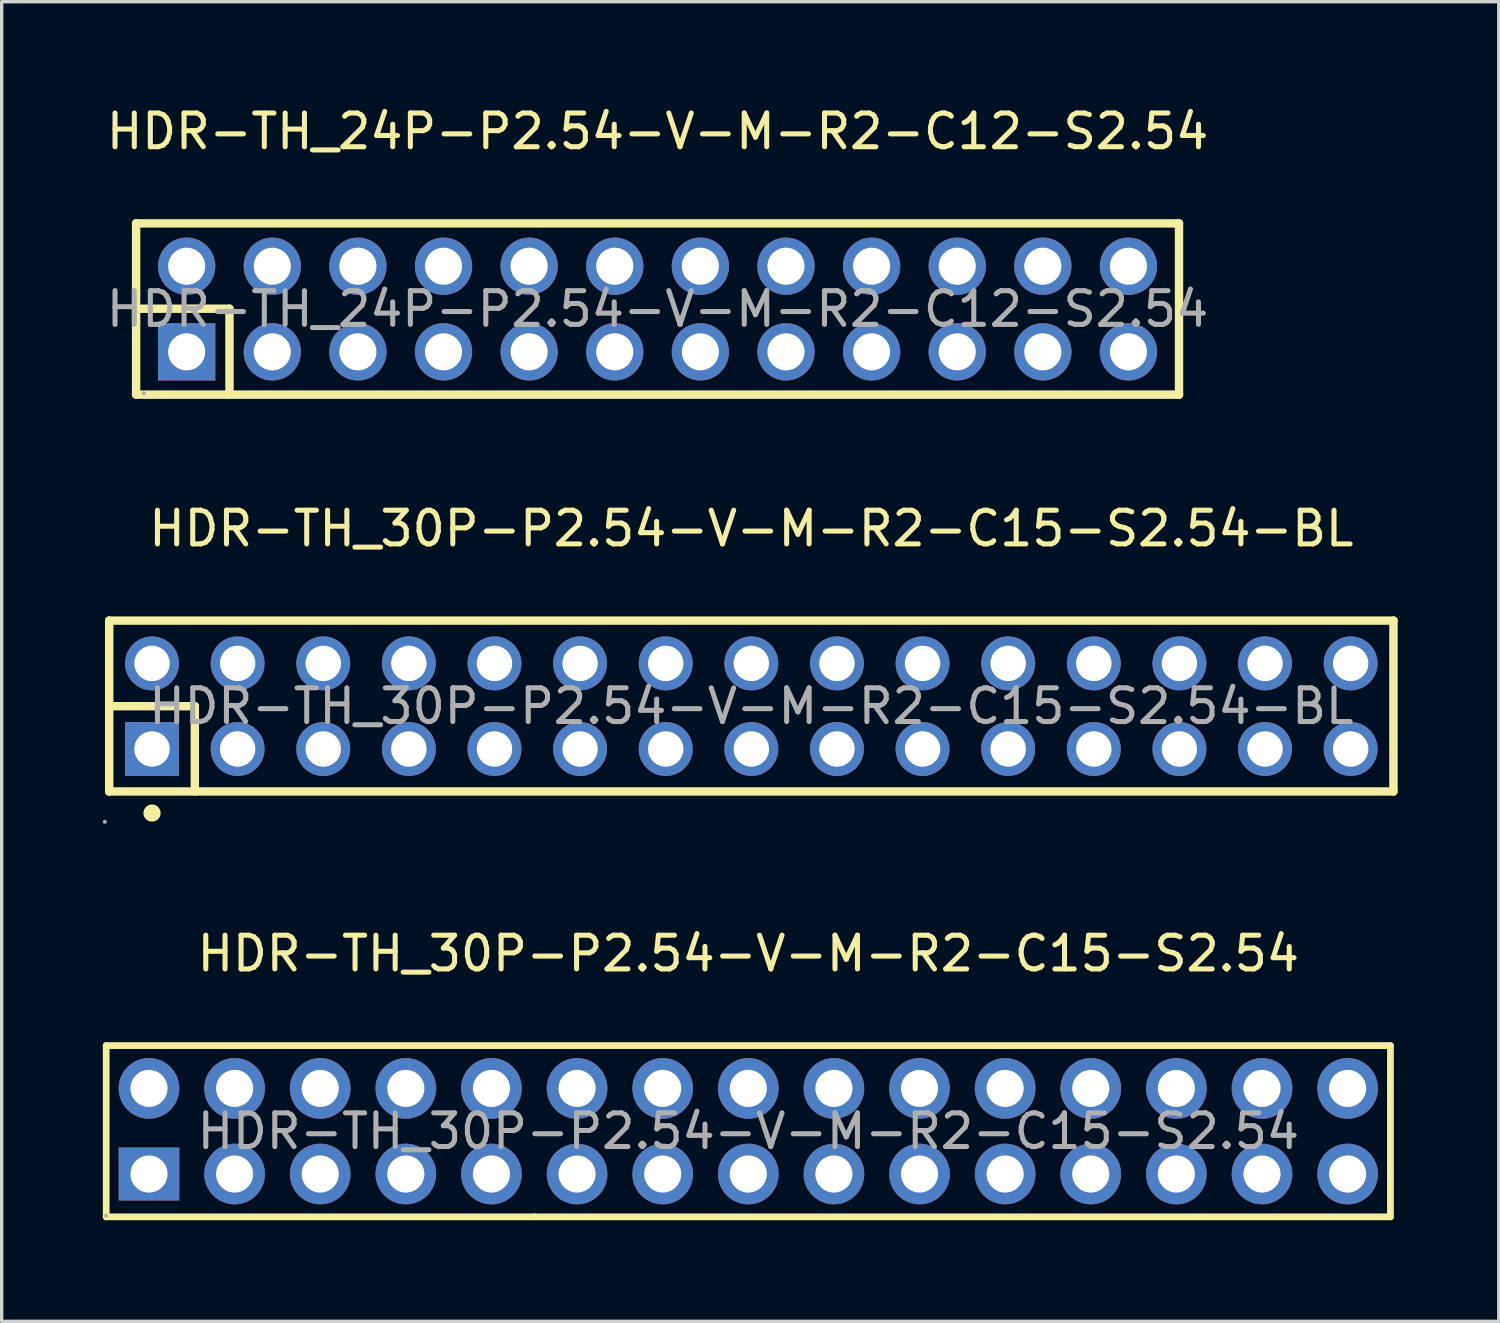
<source format=kicad_pcb>
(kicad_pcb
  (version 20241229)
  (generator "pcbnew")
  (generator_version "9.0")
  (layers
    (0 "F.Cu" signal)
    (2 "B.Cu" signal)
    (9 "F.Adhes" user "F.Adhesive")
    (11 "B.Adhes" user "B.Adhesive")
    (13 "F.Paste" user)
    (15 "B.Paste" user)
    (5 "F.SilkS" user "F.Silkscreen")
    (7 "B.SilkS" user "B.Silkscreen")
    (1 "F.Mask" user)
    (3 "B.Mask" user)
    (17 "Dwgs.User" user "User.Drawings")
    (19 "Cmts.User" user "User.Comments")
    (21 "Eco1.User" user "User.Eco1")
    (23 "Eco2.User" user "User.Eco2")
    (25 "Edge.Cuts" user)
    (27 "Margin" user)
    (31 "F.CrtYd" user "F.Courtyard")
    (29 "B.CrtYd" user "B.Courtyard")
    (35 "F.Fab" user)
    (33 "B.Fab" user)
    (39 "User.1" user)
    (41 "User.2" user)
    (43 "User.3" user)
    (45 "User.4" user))
  (footprint "HDR-TH_30P-P2.54-V-M-R2-C15-S2.54"
    (layer "F.Cu")
    (at 19.15 30.51)
    (property "Reference" "HDR-TH_30P-P2.54-V-M-R2-C15-S2.54" (at 0 -5.27 0) (layer "F.SilkS") (effects (font (size 1 1) (thickness 0.15))))
    (attr through_hole)
    (fp_line (start -19.05 -2.54) (end -19.05 2.54) (stroke (width 0.2) (type solid)) (layer "F.SilkS"))
    (fp_line (start -19.05 2.54) (end -6.35 2.54) (stroke (width 0.2) (type solid)) (layer "F.SilkS"))
    (fp_line (start -6.35 2.54) (end 19.05 2.54) (stroke (width 0.2) (type solid)) (layer "F.SilkS"))
    (fp_line (start 19.05 -2.54) (end -19.05 -2.54) (stroke (width 0.2) (type solid)) (layer "F.SilkS"))
    (fp_line (start 19.05 2.54) (end 19.05 -2.54) (stroke (width 0.2) (type solid)) (layer "F.SilkS"))
    (fp_circle (center -19.05 2.5) (end -19.02 2.5) (stroke (width 0.06) (type solid)) (fill no) (layer "F.Fab"))
    (fp_text user "${REFERENCE}" (at 0 0 0) (layer "F.Fab") (effects (font (size 1 1) (thickness 0.15))))
    (pad "1" thru_hole rect (at -17.78 1.27) (size 1.8 1.57) (drill 1.1) (layers "*.Cu" "*.Mask"))
    (pad "2" thru_hole circle (at -17.78 -1.27) (size 1.8 1.8) (drill 1.1) (layers "*.Cu" "*.Mask"))
    (pad "3" thru_hole circle (at -15.24 1.27) (size 1.8 1.8) (drill 1.1) (layers "*.Cu" "*.Mask"))
    (pad "4" thru_hole circle (at -15.24 -1.27) (size 1.8 1.8) (drill 1.1) (layers "*.Cu" "*.Mask"))
    (pad "5" thru_hole circle (at -12.7 1.27) (size 1.8 1.8) (drill 1.1) (layers "*.Cu" "*.Mask"))
    (pad "6" thru_hole circle (at -12.7 -1.27) (size 1.8 1.8) (drill 1.1) (layers "*.Cu" "*.Mask"))
    (pad "7" thru_hole circle (at -10.16 1.27) (size 1.8 1.8) (drill 1.1) (layers "*.Cu" "*.Mask"))
    (pad "8" thru_hole circle (at -10.16 -1.27) (size 1.8 1.8) (drill 1.1) (layers "*.Cu" "*.Mask"))
    (pad "9" thru_hole circle (at -7.62 1.27) (size 1.8 1.8) (drill 1.1) (layers "*.Cu" "*.Mask"))
    (pad "10" thru_hole circle (at -7.62 -1.27) (size 1.8 1.8) (drill 1.1) (layers "*.Cu" "*.Mask"))
    (pad "11" thru_hole circle (at -5.08 1.27) (size 1.8 1.8) (drill 1.1) (layers "*.Cu" "*.Mask"))
    (pad "12" thru_hole circle (at -5.08 -1.27) (size 1.8 1.8) (drill 1.1) (layers "*.Cu" "*.Mask"))
    (pad "13" thru_hole circle (at -2.54 1.27) (size 1.8 1.8) (drill 1.1) (layers "*.Cu" "*.Mask"))
    (pad "14" thru_hole circle (at -2.54 -1.27) (size 1.8 1.8) (drill 1.1) (layers "*.Cu" "*.Mask"))
    (pad "15" thru_hole circle (at 0 1.27) (size 1.8 1.8) (drill 1.1) (layers "*.Cu" "*.Mask"))
    (pad "16" thru_hole circle (at 0 -1.27) (size 1.8 1.8) (drill 1.1) (layers "*.Cu" "*.Mask"))
    (pad "17" thru_hole circle (at 2.54 1.27) (size 1.8 1.8) (drill 1.1) (layers "*.Cu" "*.Mask"))
    (pad "18" thru_hole circle (at 2.54 -1.27) (size 1.8 1.8) (drill 1.1) (layers "*.Cu" "*.Mask"))
    (pad "19" thru_hole circle (at 5.08 1.27) (size 1.8 1.8) (drill 1.1) (layers "*.Cu" "*.Mask"))
    (pad "20" thru_hole circle (at 5.08 -1.27) (size 1.8 1.8) (drill 1.1) (layers "*.Cu" "*.Mask"))
    (pad "21" thru_hole circle (at 7.62 1.27) (size 1.8 1.8) (drill 1.1) (layers "*.Cu" "*.Mask"))
    (pad "22" thru_hole circle (at 7.62 -1.27) (size 1.8 1.8) (drill 1.1) (layers "*.Cu" "*.Mask"))
    (pad "23" thru_hole circle (at 10.16 1.27) (size 1.8 1.8) (drill 1.1) (layers "*.Cu" "*.Mask"))
    (pad "24" thru_hole circle (at 10.16 -1.27) (size 1.8 1.8) (drill 1.1) (layers "*.Cu" "*.Mask"))
    (pad "25" thru_hole circle (at 12.7 1.27) (size 1.8 1.8) (drill 1.1) (layers "*.Cu" "*.Mask"))
    (pad "26" thru_hole circle (at 12.7 -1.27) (size 1.8 1.8) (drill 1.1) (layers "*.Cu" "*.Mask"))
    (pad "27" thru_hole circle (at 15.24 1.27) (size 1.8 1.8) (drill 1.1) (layers "*.Cu" "*.Mask"))
    (pad "28" thru_hole circle (at 15.24 -1.27) (size 1.8 1.8) (drill 1.1) (layers "*.Cu" "*.Mask"))
    (pad "29" thru_hole circle (at 17.78 1.27) (size 1.8 1.8) (drill 1.1) (layers "*.Cu" "*.Mask"))
    (pad "30" thru_hole circle (at 17.78 -1.27) (size 1.8 1.8) (drill 1.1) (layers "*.Cu" "*.Mask")))
  (footprint "HDR-TH_24P-P2.54-V-M-R2-C12-S2.54"
    (layer "F.Cu")
    (at 16.458 6.118)
    (property "Reference" "HDR-TH_24P-P2.54-V-M-R2-C12-S2.54" (at 0 -5.27 0) (layer "F.SilkS") (effects (font (size 1 1) (thickness 0.15))))
    (attr through_hole)
    (fp_line (start -15.47 -2.54) (end -15.47 2.54) (stroke (width 0.25) (type solid)) (layer "F.SilkS"))
    (fp_line (start -15.47 -2.54) (end 15.47 -2.54) (stroke (width 0.25) (type solid)) (layer "F.SilkS"))
    (fp_line (start -15.47 -0.01) (end -12.7 -0.01) (stroke (width 0.25) (type solid)) (layer "F.SilkS"))
    (fp_line (start -15.47 2.54) (end 15.47 2.54) (stroke (width 0.25) (type solid)) (layer "F.SilkS"))
    (fp_line (start -12.7 -0.01) (end -12.7 2.54) (stroke (width 0.25) (type solid)) (layer "F.SilkS"))
    (fp_line (start 15.47 -2.54) (end 15.47 2.54) (stroke (width 0.25) (type solid)) (layer "F.SilkS"))
    (fp_circle (center -15.24 2.5) (end -15.21 2.5) (stroke (width 0.06) (type solid)) (fill no) (layer "F.Fab"))
    (fp_text user "${REFERENCE}" (at 0 0 0) (layer "F.Fab") (effects (font (size 1 1) (thickness 0.15))))
    (pad "1" thru_hole rect (at -13.97 1.27) (size 1.7 1.7) (drill 1.1) (layers "*.Cu" "*.Mask"))
    (pad "2" thru_hole circle (at -13.97 -1.27) (size 1.7 1.7) (drill 1.1) (layers "*.Cu" "*.Mask"))
    (pad "3" thru_hole circle (at -11.43 1.27) (size 1.7 1.7) (drill 1.1) (layers "*.Cu" "*.Mask"))
    (pad "4" thru_hole circle (at -11.43 -1.27) (size 1.7 1.7) (drill 1.1) (layers "*.Cu" "*.Mask"))
    (pad "5" thru_hole circle (at -8.89 1.27) (size 1.7 1.7) (drill 1.1) (layers "*.Cu" "*.Mask"))
    (pad "6" thru_hole circle (at -8.89 -1.27) (size 1.7 1.7) (drill 1.1) (layers "*.Cu" "*.Mask"))
    (pad "7" thru_hole circle (at -6.35 1.27) (size 1.7 1.7) (drill 1.1) (layers "*.Cu" "*.Mask"))
    (pad "8" thru_hole circle (at -6.35 -1.27) (size 1.7 1.7) (drill 1.1) (layers "*.Cu" "*.Mask"))
    (pad "9" thru_hole circle (at -3.81 1.27) (size 1.7 1.7) (drill 1.1) (layers "*.Cu" "*.Mask"))
    (pad "10" thru_hole circle (at -3.81 -1.27) (size 1.7 1.7) (drill 1.1) (layers "*.Cu" "*.Mask"))
    (pad "11" thru_hole circle (at -1.27 1.27) (size 1.7 1.7) (drill 1.1) (layers "*.Cu" "*.Mask"))
    (pad "12" thru_hole circle (at -1.27 -1.27) (size 1.7 1.7) (drill 1.1) (layers "*.Cu" "*.Mask"))
    (pad "13" thru_hole circle (at 1.27 1.27) (size 1.7 1.7) (drill 1.1) (layers "*.Cu" "*.Mask"))
    (pad "14" thru_hole circle (at 1.27 -1.27) (size 1.7 1.7) (drill 1.1) (layers "*.Cu" "*.Mask"))
    (pad "15" thru_hole circle (at 3.81 1.27) (size 1.7 1.7) (drill 1.1) (layers "*.Cu" "*.Mask"))
    (pad "16" thru_hole circle (at 3.81 -1.27) (size 1.7 1.7) (drill 1.1) (layers "*.Cu" "*.Mask"))
    (pad "17" thru_hole circle (at 6.35 1.27) (size 1.7 1.7) (drill 1.1) (layers "*.Cu" "*.Mask"))
    (pad "18" thru_hole circle (at 6.35 -1.27) (size 1.7 1.7) (drill 1.1) (layers "*.Cu" "*.Mask"))
    (pad "19" thru_hole circle (at 8.89 1.27) (size 1.7 1.7) (drill 1.1) (layers "*.Cu" "*.Mask"))
    (pad "20" thru_hole circle (at 8.89 -1.27) (size 1.7 1.7) (drill 1.1) (layers "*.Cu" "*.Mask"))
    (pad "21" thru_hole circle (at 11.43 1.27) (size 1.7 1.7) (drill 1.1) (layers "*.Cu" "*.Mask"))
    (pad "22" thru_hole circle (at 11.43 -1.27) (size 1.7 1.7) (drill 1.1) (layers "*.Cu" "*.Mask"))
    (pad "23" thru_hole circle (at 13.97 1.27) (size 1.7 1.7) (drill 1.1) (layers "*.Cu" "*.Mask"))
    (pad "24" thru_hole circle (at 13.97 -1.27) (size 1.7 1.7) (drill 1.1) (layers "*.Cu" "*.Mask")))
  (footprint "HDR-TH_30P-P2.54-V-M-R2-C15-S2.54-BL"
    (layer "F.Cu")
    (at 19.24 17.901)
    (property "Reference" "HDR-TH_30P-P2.54-V-M-R2-C15-S2.54-BL" (at 0 -5.27 0) (layer "F.SilkS") (effects (font (size 1 1) (thickness 0.15))))
    (attr through_hole)
    (fp_line (start -19.05 -2.54) (end 19.05 -2.54) (stroke (width 0.25) (type solid)) (layer "F.SilkS"))
    (fp_line (start -19.05 0) (end -16.51 0) (stroke (width 0.25) (type solid)) (layer "F.SilkS"))
    (fp_line (start -19.05 2.53) (end -19.05 -2.54) (stroke (width 0.25) (type solid)) (layer "F.SilkS"))
    (fp_line (start -16.51 0) (end -16.51 2.53) (stroke (width 0.25) (type solid)) (layer "F.SilkS"))
    (fp_line (start 19.05 -2.54) (end 19.05 2.53) (stroke (width 0.25) (type solid)) (layer "F.SilkS"))
    (fp_line (start 19.05 2.53) (end -19.05 2.53) (stroke (width 0.25) (type solid)) (layer "F.SilkS"))
    (fp_circle (center -17.78 3.17) (end -17.65 3.17) (stroke (width 0.25) (type solid)) (fill no) (layer "F.SilkS"))
    (fp_circle (center -19.18 3.43) (end -19.15 3.43) (stroke (width 0.06) (type solid)) (fill no) (layer "F.Fab"))
    (fp_circle (center -17.78 -1.27) (end -17.57 -1.27) (stroke (width 0.42) (type solid)) (fill no) (layer "F.Fab"))
    (fp_circle (center -17.78 1.27) (end -17.57 1.27) (stroke (width 0.42) (type solid)) (fill no) (layer "F.Fab"))
    (fp_circle (center -15.24 -1.27) (end -15.03 -1.27) (stroke (width 0.42) (type solid)) (fill no) (layer "F.Fab"))
    (fp_circle (center -15.24 1.27) (end -15.03 1.27) (stroke (width 0.42) (type solid)) (fill no) (layer "F.Fab"))
    (fp_circle (center -12.7 -1.27) (end -12.49 -1.27) (stroke (width 0.42) (type solid)) (fill no) (layer "F.Fab"))
    (fp_circle (center -12.7 1.27) (end -12.49 1.27) (stroke (width 0.42) (type solid)) (fill no) (layer "F.Fab"))
    (fp_circle (center -10.16 -1.27) (end -9.95 -1.27) (stroke (width 0.42) (type solid)) (fill no) (layer "F.Fab"))
    (fp_circle (center -10.16 1.27) (end -9.95 1.27) (stroke (width 0.42) (type solid)) (fill no) (layer "F.Fab"))
    (fp_circle (center -7.62 -1.27) (end -7.41 -1.27) (stroke (width 0.42) (type solid)) (fill no) (layer "F.Fab"))
    (fp_circle (center -7.62 1.27) (end -7.41 1.27) (stroke (width 0.42) (type solid)) (fill no) (layer "F.Fab"))
    (fp_circle (center -5.08 -1.27) (end -4.87 -1.27) (stroke (width 0.42) (type solid)) (fill no) (layer "F.Fab"))
    (fp_circle (center -5.08 1.27) (end -4.87 1.27) (stroke (width 0.42) (type solid)) (fill no) (layer "F.Fab"))
    (fp_circle (center -2.54 -1.27) (end -2.33 -1.27) (stroke (width 0.42) (type solid)) (fill no) (layer "F.Fab"))
    (fp_circle (center -2.54 1.27) (end -2.33 1.27) (stroke (width 0.42) (type solid)) (fill no) (layer "F.Fab"))
    (fp_circle (center 0 -1.27) (end 0.21 -1.27) (stroke (width 0.42) (type solid)) (fill no) (layer "F.Fab"))
    (fp_circle (center 0 1.27) (end 0.21 1.27) (stroke (width 0.42) (type solid)) (fill no) (layer "F.Fab"))
    (fp_circle (center 2.54 -1.27) (end 2.75 -1.27) (stroke (width 0.42) (type solid)) (fill no) (layer "F.Fab"))
    (fp_circle (center 2.54 1.27) (end 2.75 1.27) (stroke (width 0.42) (type solid)) (fill no) (layer "F.Fab"))
    (fp_circle (center 5.08 -1.27) (end 5.29 -1.27) (stroke (width 0.42) (type solid)) (fill no) (layer "F.Fab"))
    (fp_circle (center 5.08 1.27) (end 5.29 1.27) (stroke (width 0.42) (type solid)) (fill no) (layer "F.Fab"))
    (fp_circle (center 7.62 -1.27) (end 7.83 -1.27) (stroke (width 0.42) (type solid)) (fill no) (layer "F.Fab"))
    (fp_circle (center 7.62 1.27) (end 7.83 1.27) (stroke (width 0.42) (type solid)) (fill no) (layer "F.Fab"))
    (fp_circle (center 10.16 -1.27) (end 10.37 -1.27) (stroke (width 0.42) (type solid)) (fill no) (layer "F.Fab"))
    (fp_circle (center 10.16 1.27) (end 10.37 1.27) (stroke (width 0.42) (type solid)) (fill no) (layer "F.Fab"))
    (fp_circle (center 12.7 -1.27) (end 12.91 -1.27) (stroke (width 0.42) (type solid)) (fill no) (layer "F.Fab"))
    (fp_circle (center 12.7 1.27) (end 12.91 1.27) (stroke (width 0.42) (type solid)) (fill no) (layer "F.Fab"))
    (fp_circle (center 15.24 -1.27) (end 15.45 -1.27) (stroke (width 0.42) (type solid)) (fill no) (layer "F.Fab"))
    (fp_circle (center 15.24 1.27) (end 15.45 1.27) (stroke (width 0.42) (type solid)) (fill no) (layer "F.Fab"))
    (fp_circle (center 17.78 -1.27) (end 17.99 -1.27) (stroke (width 0.42) (type solid)) (fill no) (layer "F.Fab"))
    (fp_circle (center 17.78 1.27) (end 17.99 1.27) (stroke (width 0.42) (type solid)) (fill no) (layer "F.Fab"))
    (fp_text user "${REFERENCE}" (at 0 0 0) (layer "F.Fab") (effects (font (size 1 1) (thickness 0.15))))
    (pad "1" thru_hole rect (at -17.78 1.27) (size 1.6 1.6) (drill 1.05) (layers "*.Cu" "*.Mask"))
    (pad "2" thru_hole circle (at -17.78 -1.27) (size 1.6 1.6) (drill 1.05) (layers "*.Cu" "*.Mask"))
    (pad "3" thru_hole circle (at -15.24 1.27) (size 1.6 1.6) (drill 1.05) (layers "*.Cu" "*.Mask"))
    (pad "4" thru_hole circle (at -15.24 -1.27) (size 1.6 1.6) (drill 1.05) (layers "*.Cu" "*.Mask"))
    (pad "5" thru_hole circle (at -12.7 1.27) (size 1.6 1.6) (drill 1.05) (layers "*.Cu" "*.Mask"))
    (pad "6" thru_hole circle (at -12.7 -1.27) (size 1.6 1.6) (drill 1.05) (layers "*.Cu" "*.Mask"))
    (pad "7" thru_hole circle (at -10.16 1.27) (size 1.6 1.6) (drill 1.05) (layers "*.Cu" "*.Mask"))
    (pad "8" thru_hole circle (at -10.16 -1.27) (size 1.6 1.6) (drill 1.05) (layers "*.Cu" "*.Mask"))
    (pad "9" thru_hole circle (at -7.62 1.27) (size 1.6 1.6) (drill 1.05) (layers "*.Cu" "*.Mask"))
    (pad "10" thru_hole circle (at -7.62 -1.27) (size 1.6 1.6) (drill 1.05) (layers "*.Cu" "*.Mask"))
    (pad "11" thru_hole circle (at -5.08 1.27) (size 1.6 1.6) (drill 1.05) (layers "*.Cu" "*.Mask"))
    (pad "12" thru_hole circle (at -5.08 -1.27) (size 1.6 1.6) (drill 1.05) (layers "*.Cu" "*.Mask"))
    (pad "13" thru_hole circle (at -2.54 1.27) (size 1.6 1.6) (drill 1.05) (layers "*.Cu" "*.Mask"))
    (pad "14" thru_hole circle (at -2.54 -1.27) (size 1.6 1.6) (drill 1.05) (layers "*.Cu" "*.Mask"))
    (pad "15" thru_hole circle (at 0 1.27) (size 1.6 1.6) (drill 1.05) (layers "*.Cu" "*.Mask"))
    (pad "16" thru_hole circle (at 0 -1.27) (size 1.6 1.6) (drill 1.05) (layers "*.Cu" "*.Mask"))
    (pad "17" thru_hole circle (at 2.54 1.27) (size 1.6 1.6) (drill 1.05) (layers "*.Cu" "*.Mask"))
    (pad "18" thru_hole circle (at 2.54 -1.27) (size 1.6 1.6) (drill 1.05) (layers "*.Cu" "*.Mask"))
    (pad "19" thru_hole circle (at 5.08 1.27) (size 1.6 1.6) (drill 1.05) (layers "*.Cu" "*.Mask"))
    (pad "20" thru_hole circle (at 5.08 -1.27) (size 1.6 1.6) (drill 1.05) (layers "*.Cu" "*.Mask"))
    (pad "21" thru_hole circle (at 7.62 1.27) (size 1.6 1.6) (drill 1.05) (layers "*.Cu" "*.Mask"))
    (pad "22" thru_hole circle (at 7.62 -1.27) (size 1.6 1.6) (drill 1.05) (layers "*.Cu" "*.Mask"))
    (pad "23" thru_hole circle (at 10.16 1.27) (size 1.6 1.6) (drill 1.05) (layers "*.Cu" "*.Mask"))
    (pad "24" thru_hole circle (at 10.16 -1.27) (size 1.6 1.6) (drill 1.05) (layers "*.Cu" "*.Mask"))
    (pad "25" thru_hole circle (at 12.7 1.27) (size 1.6 1.6) (drill 1.05) (layers "*.Cu" "*.Mask"))
    (pad "26" thru_hole circle (at 12.7 -1.27) (size 1.6 1.6) (drill 1.05) (layers "*.Cu" "*.Mask"))
    (pad "27" thru_hole circle (at 15.24 1.27) (size 1.6 1.6) (drill 1.05) (layers "*.Cu" "*.Mask"))
    (pad "28" thru_hole circle (at 15.24 -1.27) (size 1.6 1.6) (drill 1.05) (layers "*.Cu" "*.Mask"))
    (pad "29" thru_hole circle (at 17.78 1.27) (size 1.6 1.6) (drill 1.05) (layers "*.Cu" "*.Mask"))
    (pad "30" thru_hole circle (at 17.78 -1.27) (size 1.6 1.6) (drill 1.05) (layers "*.Cu" "*.Mask")))
  (gr_rect
    (start -3 -3)
    (end 41.415 36.15)
    (stroke (width 0.1) (type default))
    (fill no)
    (layer "Edge.Cuts")))
</source>
